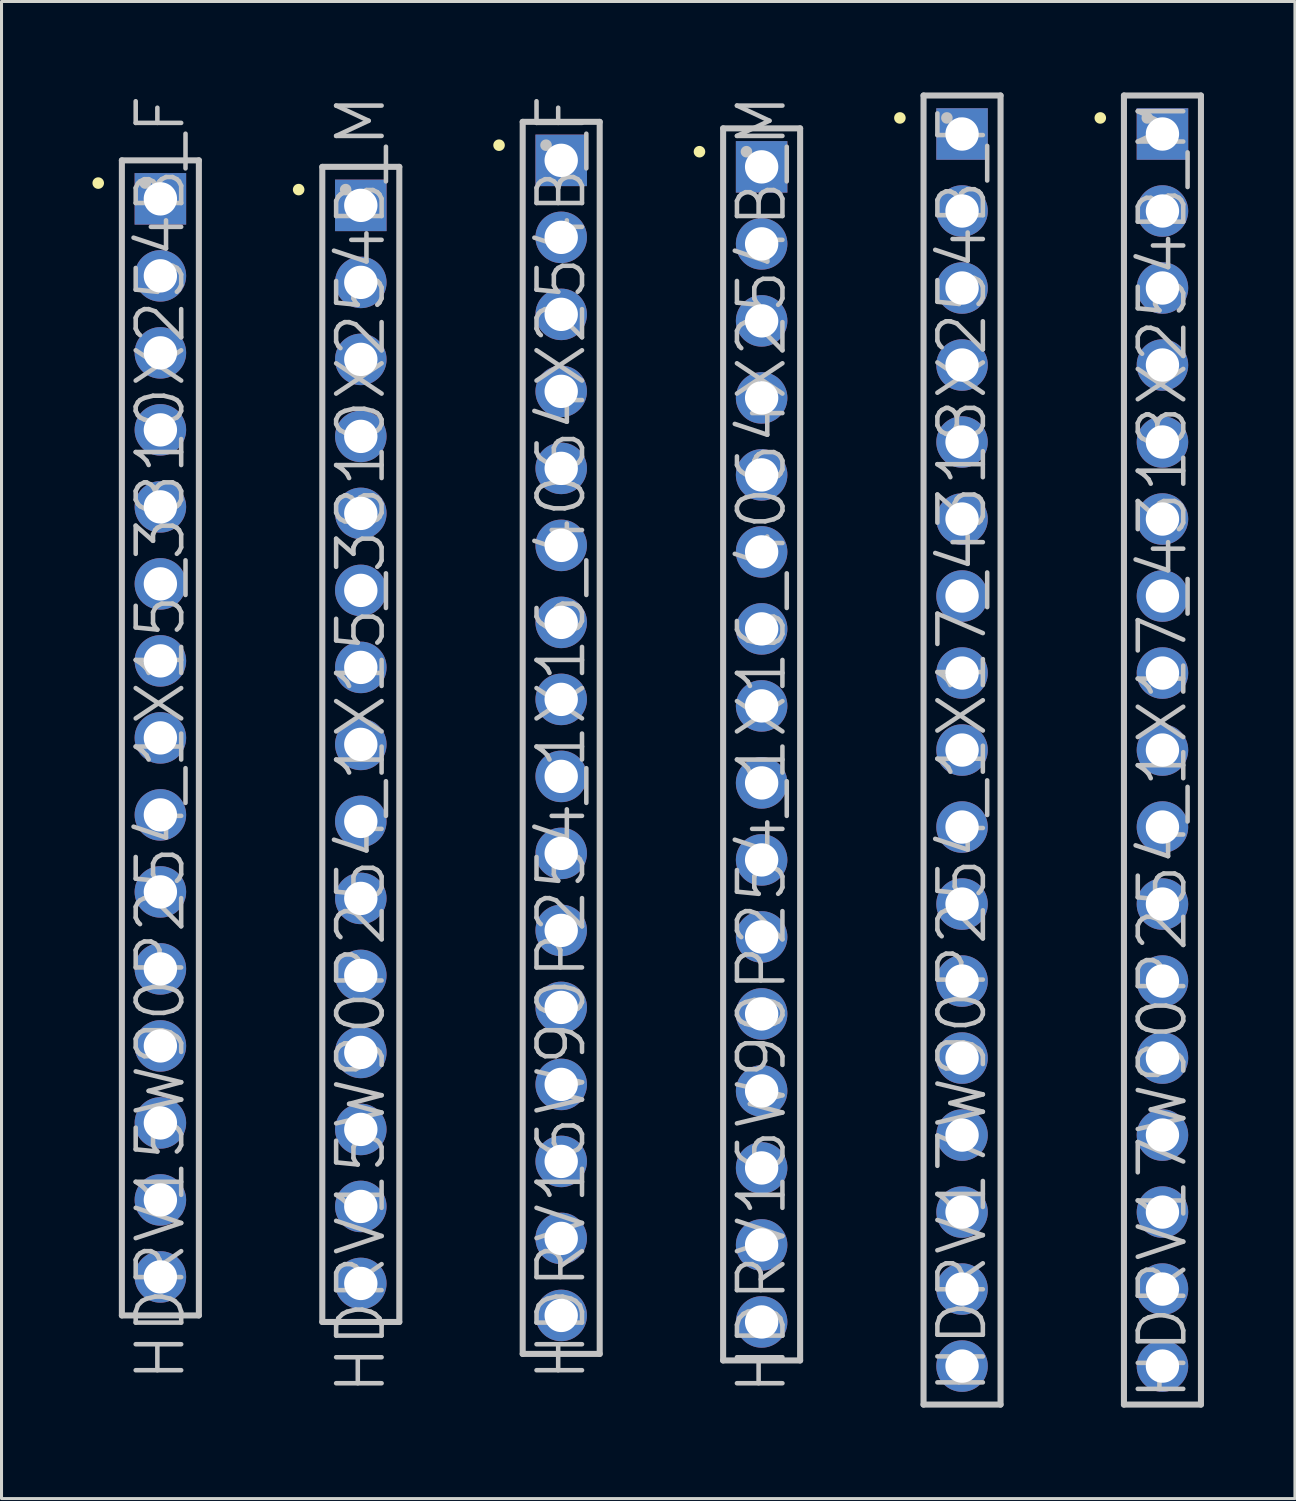
<source format=kicad_pcb>
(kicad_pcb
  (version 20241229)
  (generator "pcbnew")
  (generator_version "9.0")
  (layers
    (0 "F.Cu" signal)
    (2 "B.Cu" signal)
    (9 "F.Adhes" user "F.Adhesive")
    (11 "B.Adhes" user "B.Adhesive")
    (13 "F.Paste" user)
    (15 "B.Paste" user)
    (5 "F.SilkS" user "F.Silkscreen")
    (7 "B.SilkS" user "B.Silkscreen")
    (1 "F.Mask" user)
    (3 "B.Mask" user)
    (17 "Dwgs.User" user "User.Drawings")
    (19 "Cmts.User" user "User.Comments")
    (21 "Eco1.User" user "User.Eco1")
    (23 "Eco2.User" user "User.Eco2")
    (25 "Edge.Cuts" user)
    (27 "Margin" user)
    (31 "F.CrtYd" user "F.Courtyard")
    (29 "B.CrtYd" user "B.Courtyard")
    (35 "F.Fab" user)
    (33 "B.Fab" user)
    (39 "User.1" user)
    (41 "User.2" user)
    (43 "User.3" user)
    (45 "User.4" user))
  (footprint "HDRV16W90P254_1X16_4064X254B_M"
    (layer "F.Cu")
    (at 22.072 21.504)
    (property "Reference" "HDRV16W90P254_1X16_4064X254B_M" (at 0 0 90) (layer "Dwgs.User") (effects (font (size 1.5 1.5) (thickness 0.15))))
    (attr through_hole)
    (fp_line (start -2.05 -19.55) (end -2.05 -19.55) (stroke (width 0.381) (type solid)) (layer "F.SilkS"))
    (fp_line (start -1.27 -20.32) (end -1.27 20.32) (stroke (width 0.2) (type solid)) (layer "Dwgs.User"))
    (fp_line (start -1.27 -20.32) (end 1.27 -20.32) (stroke (width 0.2) (type solid)) (layer "Dwgs.User"))
    (fp_line (start -1.27 20.32) (end 1.27 20.32) (stroke (width 0.2) (type solid)) (layer "Dwgs.User"))
    (fp_line (start -0.5 -19.55) (end -0.5 -19.55) (stroke (width 0.381) (type solid)) (layer "Dwgs.User"))
    (fp_line (start 1.27 -20.32) (end 1.27 20.32) (stroke (width 0.2) (type solid)) (layer "Dwgs.User"))
    (pad "1" thru_hole rect (at 0 -19.05) (size 1.7 1.7) (drill 1.1) (layers "*.Cu" "*.Mask"))
    (pad "2" thru_hole circle (at 0 -16.51 270) (size 1.7 1.7) (drill 1.1) (layers "*.Cu" "*.Mask"))
    (pad "3" thru_hole circle (at 0 -13.97 270) (size 1.7 1.7) (drill 1.1) (layers "*.Cu" "*.Mask"))
    (pad "4" thru_hole circle (at 0 -11.43 270) (size 1.7 1.7) (drill 1.1) (layers "*.Cu" "*.Mask"))
    (pad "5" thru_hole circle (at 0 -8.89 270) (size 1.7 1.7) (drill 1.1) (layers "*.Cu" "*.Mask"))
    (pad "6" thru_hole circle (at 0 -6.35 270) (size 1.7 1.7) (drill 1.1) (layers "*.Cu" "*.Mask"))
    (pad "7" thru_hole circle (at 0 -3.81 270) (size 1.7 1.7) (drill 1.1) (layers "*.Cu" "*.Mask"))
    (pad "8" thru_hole circle (at 0 -1.27 270) (size 1.7 1.7) (drill 1.1) (layers "*.Cu" "*.Mask"))
    (pad "9" thru_hole circle (at 0 1.27 270) (size 1.7 1.7) (drill 1.1) (layers "*.Cu" "*.Mask"))
    (pad "10" thru_hole circle (at 0 3.81 270) (size 1.7 1.7) (drill 1.1) (layers "*.Cu" "*.Mask"))
    (pad "11" thru_hole circle (at 0 6.35 270) (size 1.7 1.7) (drill 1.1) (layers "*.Cu" "*.Mask"))
    (pad "12" thru_hole circle (at 0 8.89 270) (size 1.7 1.7) (drill 1.1) (layers "*.Cu" "*.Mask"))
    (pad "13" thru_hole circle (at 0 11.43 270) (size 1.7 1.7) (drill 1.1) (layers "*.Cu" "*.Mask"))
    (pad "14" thru_hole circle (at 0 13.97 270) (size 1.7 1.7) (drill 1.1) (layers "*.Cu" "*.Mask"))
    (pad "15" thru_hole circle (at 0 16.51 270) (size 1.7 1.7) (drill 1.1) (layers "*.Cu" "*.Mask"))
    (pad "16" thru_hole circle (at 0 19.05 270) (size 1.7 1.7) (drill 1.1) (layers "*.Cu" "*.Mask")))
  (footprint "HDRV16W90P254_1X16_4064X254B_F"
    (layer "F.Cu")
    (at 15.461 21.289)
    (property "Reference" "HDRV16W90P254_1X16_4064X254B_F" (at 0 0 90) (layer "Dwgs.User") (effects (font (size 1.5 1.5) (thickness 0.15))))
    (attr through_hole)
    (fp_line (start -2.05 -19.55) (end -2.05 -19.55) (stroke (width 0.381) (type solid)) (layer "F.SilkS"))
    (fp_line (start -1.27 -20.32) (end -1.27 20.32) (stroke (width 0.2) (type solid)) (layer "Dwgs.User"))
    (fp_line (start -1.27 -20.32) (end 1.27 -20.32) (stroke (width 0.2) (type solid)) (layer "Dwgs.User"))
    (fp_line (start -1.27 20.32) (end 1.27 20.32) (stroke (width 0.2) (type solid)) (layer "Dwgs.User"))
    (fp_line (start -0.5 -19.55) (end -0.5 -19.55) (stroke (width 0.381) (type solid)) (layer "Dwgs.User"))
    (fp_line (start 1.27 -20.32) (end 1.27 20.32) (stroke (width 0.2) (type solid)) (layer "Dwgs.User"))
    (pad "1" thru_hole rect (at 0 -19.05) (size 1.7 1.7) (drill 1.1) (layers "*.Cu" "*.Mask"))
    (pad "2" thru_hole circle (at 0 -16.51 270) (size 1.7 1.7) (drill 1.1) (layers "*.Cu" "*.Mask"))
    (pad "3" thru_hole circle (at 0 -13.97 270) (size 1.7 1.7) (drill 1.1) (layers "*.Cu" "*.Mask"))
    (pad "4" thru_hole circle (at 0 -11.43 270) (size 1.7 1.7) (drill 1.1) (layers "*.Cu" "*.Mask"))
    (pad "5" thru_hole circle (at 0 -8.89 270) (size 1.7 1.7) (drill 1.1) (layers "*.Cu" "*.Mask"))
    (pad "6" thru_hole circle (at 0 -6.35 270) (size 1.7 1.7) (drill 1.1) (layers "*.Cu" "*.Mask"))
    (pad "7" thru_hole circle (at 0 -3.81 270) (size 1.7 1.7) (drill 1.1) (layers "*.Cu" "*.Mask"))
    (pad "8" thru_hole circle (at 0 -1.27 270) (size 1.7 1.7) (drill 1.1) (layers "*.Cu" "*.Mask"))
    (pad "9" thru_hole circle (at 0 1.27 270) (size 1.7 1.7) (drill 1.1) (layers "*.Cu" "*.Mask"))
    (pad "10" thru_hole circle (at 0 3.81 270) (size 1.7 1.7) (drill 1.1) (layers "*.Cu" "*.Mask"))
    (pad "11" thru_hole circle (at 0 6.35 270) (size 1.7 1.7) (drill 1.1) (layers "*.Cu" "*.Mask"))
    (pad "12" thru_hole circle (at 0 8.89 270) (size 1.7 1.7) (drill 1.1) (layers "*.Cu" "*.Mask"))
    (pad "13" thru_hole circle (at 0 11.43 270) (size 1.7 1.7) (drill 1.1) (layers "*.Cu" "*.Mask"))
    (pad "14" thru_hole circle (at 0 13.97 270) (size 1.7 1.7) (drill 1.1) (layers "*.Cu" "*.Mask"))
    (pad "15" thru_hole circle (at 0 16.51 270) (size 1.7 1.7) (drill 1.1) (layers "*.Cu" "*.Mask"))
    (pad "16" thru_hole circle (at 0 19.05 270) (size 1.7 1.7) (drill 1.1) (layers "*.Cu" "*.Mask")))
  (footprint "HDRV17W90P254_1X17_4318X254B_F"
    (layer "F.Cu")
    (at 28.683 21.69)
    (property "Reference" "HDRV17W90P254_1X17_4318X254B_F" (at 0 0 90) (layer "Dwgs.User") (effects (font (size 1.5 1.5) (thickness 0.15))))
    (attr through_hole)
    (fp_line (start -2.05 -20.85) (end -2.05 -20.85) (stroke (width 0.381) (type solid)) (layer "F.SilkS"))
    (fp_line (start -1.27 -21.59) (end -1.27 21.59) (stroke (width 0.2) (type solid)) (layer "Dwgs.User"))
    (fp_line (start -1.27 -21.59) (end 1.27 -21.59) (stroke (width 0.2) (type solid)) (layer "Dwgs.User"))
    (fp_line (start -1.27 21.59) (end 1.27 21.59) (stroke (width 0.2) (type solid)) (layer "Dwgs.User"))
    (fp_line (start -0.5 -20.85) (end -0.5 -20.85) (stroke (width 0.381) (type solid)) (layer "Dwgs.User"))
    (fp_line (start 1.27 -21.59) (end 1.27 21.59) (stroke (width 0.2) (type solid)) (layer "Dwgs.User"))
    (pad "1" thru_hole rect (at 0 -20.32) (size 1.7 1.7) (drill 1.1) (layers "*.Cu" "*.Mask"))
    (pad "2" thru_hole circle (at 0 -17.78 270) (size 1.7 1.7) (drill 1.1) (layers "*.Cu" "*.Mask"))
    (pad "3" thru_hole circle (at 0 -15.24 270) (size 1.7 1.7) (drill 1.1) (layers "*.Cu" "*.Mask"))
    (pad "4" thru_hole circle (at 0 -12.7 270) (size 1.7 1.7) (drill 1.1) (layers "*.Cu" "*.Mask"))
    (pad "5" thru_hole circle (at 0 -10.16 270) (size 1.7 1.7) (drill 1.1) (layers "*.Cu" "*.Mask"))
    (pad "6" thru_hole circle (at 0 -7.62 270) (size 1.7 1.7) (drill 1.1) (layers "*.Cu" "*.Mask"))
    (pad "7" thru_hole circle (at 0 -5.08 270) (size 1.7 1.7) (drill 1.1) (layers "*.Cu" "*.Mask"))
    (pad "8" thru_hole circle (at 0 -2.54 270) (size 1.7 1.7) (drill 1.1) (layers "*.Cu" "*.Mask"))
    (pad "9" thru_hole circle (at 0 0 270) (size 1.7 1.7) (drill 1.1) (layers "*.Cu" "*.Mask"))
    (pad "10" thru_hole circle (at 0 2.54 270) (size 1.7 1.7) (drill 1.1) (layers "*.Cu" "*.Mask"))
    (pad "11" thru_hole circle (at 0 5.08 270) (size 1.7 1.7) (drill 1.1) (layers "*.Cu" "*.Mask"))
    (pad "12" thru_hole circle (at 0 7.62 270) (size 1.7 1.7) (drill 1.1) (layers "*.Cu" "*.Mask"))
    (pad "13" thru_hole circle (at 0 10.16 270) (size 1.7 1.7) (drill 1.1) (layers "*.Cu" "*.Mask"))
    (pad "14" thru_hole circle (at 0 12.7 270) (size 1.7 1.7) (drill 1.1) (layers "*.Cu" "*.Mask"))
    (pad "15" thru_hole circle (at 0 15.24 270) (size 1.7 1.7) (drill 1.1) (layers "*.Cu" "*.Mask"))
    (pad "16" thru_hole circle (at 0 17.78 270) (size 1.7 1.7) (drill 1.1) (layers "*.Cu" "*.Mask"))
    (pad "17" thru_hole circle (at 0 20.32 270) (size 1.7 1.7) (drill 1.1) (layers "*.Cu" "*.Mask")))
  (footprint "HDRV17W90P254_1X17_4318X254B_M"
    (layer "F.Cu")
    (at 35.293 21.69)
    (property "Reference" "HDRV17W90P254_1X17_4318X254B_M" (at 0 0 90) (layer "Dwgs.User") (effects (font (size 1.5 1.5) (thickness 0.15))))
    (attr through_hole)
    (fp_line (start -2.05 -20.85) (end -2.05 -20.85) (stroke (width 0.381) (type solid)) (layer "F.SilkS"))
    (fp_line (start -1.27 -21.59) (end -1.27 21.59) (stroke (width 0.2) (type solid)) (layer "Dwgs.User"))
    (fp_line (start -1.27 -21.59) (end 1.27 -21.59) (stroke (width 0.2) (type solid)) (layer "Dwgs.User"))
    (fp_line (start -1.27 21.59) (end 1.27 21.59) (stroke (width 0.2) (type solid)) (layer "Dwgs.User"))
    (fp_line (start -0.5 -20.85) (end -0.5 -20.85) (stroke (width 0.381) (type solid)) (layer "Dwgs.User"))
    (fp_line (start 1.27 -21.59) (end 1.27 21.59) (stroke (width 0.2) (type solid)) (layer "Dwgs.User"))
    (pad "1" thru_hole rect (at 0 -20.32) (size 1.7 1.7) (drill 1.1) (layers "*.Cu" "*.Mask"))
    (pad "2" thru_hole circle (at 0 -17.78 270) (size 1.7 1.7) (drill 1.1) (layers "*.Cu" "*.Mask"))
    (pad "3" thru_hole circle (at 0 -15.24 270) (size 1.7 1.7) (drill 1.1) (layers "*.Cu" "*.Mask"))
    (pad "4" thru_hole circle (at 0 -12.7 270) (size 1.7 1.7) (drill 1.1) (layers "*.Cu" "*.Mask"))
    (pad "5" thru_hole circle (at 0 -10.16 270) (size 1.7 1.7) (drill 1.1) (layers "*.Cu" "*.Mask"))
    (pad "6" thru_hole circle (at 0 -7.62 270) (size 1.7 1.7) (drill 1.1) (layers "*.Cu" "*.Mask"))
    (pad "7" thru_hole circle (at 0 -5.08 270) (size 1.7 1.7) (drill 1.1) (layers "*.Cu" "*.Mask"))
    (pad "8" thru_hole circle (at 0 -2.54 270) (size 1.7 1.7) (drill 1.1) (layers "*.Cu" "*.Mask"))
    (pad "9" thru_hole circle (at 0 0 270) (size 1.7 1.7) (drill 1.1) (layers "*.Cu" "*.Mask"))
    (pad "10" thru_hole circle (at 0 2.54 270) (size 1.7 1.7) (drill 1.1) (layers "*.Cu" "*.Mask"))
    (pad "11" thru_hole circle (at 0 5.08 270) (size 1.7 1.7) (drill 1.1) (layers "*.Cu" "*.Mask"))
    (pad "12" thru_hole circle (at 0 7.62 270) (size 1.7 1.7) (drill 1.1) (layers "*.Cu" "*.Mask"))
    (pad "13" thru_hole circle (at 0 10.16 270) (size 1.7 1.7) (drill 1.1) (layers "*.Cu" "*.Mask"))
    (pad "14" thru_hole circle (at 0 12.7 270) (size 1.7 1.7) (drill 1.1) (layers "*.Cu" "*.Mask"))
    (pad "15" thru_hole circle (at 0 15.24 270) (size 1.7 1.7) (drill 1.1) (layers "*.Cu" "*.Mask"))
    (pad "16" thru_hole circle (at 0 17.78 270) (size 1.7 1.7) (drill 1.1) (layers "*.Cu" "*.Mask"))
    (pad "17" thru_hole circle (at 0 20.32 270) (size 1.7 1.7) (drill 1.1) (layers "*.Cu" "*.Mask")))
  (footprint "HDRV15W90P254_1X15_3810X254B_M"
    (layer "F.Cu")
    (at 8.851 21.504)
    (property "Reference" "HDRV15W90P254_1X15_3810X254B_M" (at 0 0 90) (layer "Dwgs.User") (effects (font (size 1.5 1.5) (thickness 0.15))))
    (attr through_hole)
    (fp_line (start -2.05 -18.3) (end -2.05 -18.3) (stroke (width 0.381) (type solid)) (layer "F.SilkS"))
    (fp_line (start -1.27 -19.05) (end -1.27 19.05) (stroke (width 0.2) (type solid)) (layer "Dwgs.User"))
    (fp_line (start -1.27 -19.05) (end 1.27 -19.05) (stroke (width 0.2) (type solid)) (layer "Dwgs.User"))
    (fp_line (start -1.27 19.05) (end 1.27 19.05) (stroke (width 0.2) (type solid)) (layer "Dwgs.User"))
    (fp_line (start -0.5 -18.3) (end -0.5 -18.3) (stroke (width 0.381) (type solid)) (layer "Dwgs.User"))
    (fp_line (start 1.27 -19.05) (end 1.27 19.05) (stroke (width 0.2) (type solid)) (layer "Dwgs.User"))
    (pad "1" thru_hole rect (at 0 -17.78) (size 1.7 1.7) (drill 1.1) (layers "*.Cu" "*.Mask"))
    (pad "2" thru_hole circle (at 0 -15.24 270) (size 1.7 1.7) (drill 1.1) (layers "*.Cu" "*.Mask"))
    (pad "3" thru_hole circle (at 0 -12.7 270) (size 1.7 1.7) (drill 1.1) (layers "*.Cu" "*.Mask"))
    (pad "4" thru_hole circle (at 0 -10.16 270) (size 1.7 1.7) (drill 1.1) (layers "*.Cu" "*.Mask"))
    (pad "5" thru_hole circle (at 0 -7.62 270) (size 1.7 1.7) (drill 1.1) (layers "*.Cu" "*.Mask"))
    (pad "6" thru_hole circle (at 0 -5.08 270) (size 1.7 1.7) (drill 1.1) (layers "*.Cu" "*.Mask"))
    (pad "7" thru_hole circle (at 0 -2.54 270) (size 1.7 1.7) (drill 1.1) (layers "*.Cu" "*.Mask"))
    (pad "8" thru_hole circle (at 0 0 270) (size 1.7 1.7) (drill 1.1) (layers "*.Cu" "*.Mask"))
    (pad "9" thru_hole circle (at 0 2.54 270) (size 1.7 1.7) (drill 1.1) (layers "*.Cu" "*.Mask"))
    (pad "10" thru_hole circle (at 0 5.08 270) (size 1.7 1.7) (drill 1.1) (layers "*.Cu" "*.Mask"))
    (pad "11" thru_hole circle (at 0 7.62 270) (size 1.7 1.7) (drill 1.1) (layers "*.Cu" "*.Mask"))
    (pad "12" thru_hole circle (at 0 10.16 270) (size 1.7 1.7) (drill 1.1) (layers "*.Cu" "*.Mask"))
    (pad "13" thru_hole circle (at 0 12.7 270) (size 1.7 1.7) (drill 1.1) (layers "*.Cu" "*.Mask"))
    (pad "14" thru_hole circle (at 0 15.24 270) (size 1.7 1.7) (drill 1.1) (layers "*.Cu" "*.Mask"))
    (pad "15" thru_hole circle (at 0 17.78 270) (size 1.7 1.7) (drill 1.1) (layers "*.Cu" "*.Mask")))
  (footprint "HDRV15W90P254_1X15_3810X254B_F"
    (layer "F.Cu")
    (at 2.24 21.289)
    (property "Reference" "HDRV15W90P254_1X15_3810X254B_F" (at 0 0 90) (layer "Dwgs.User") (effects (font (size 1.5 1.5) (thickness 0.15))))
    (attr through_hole)
    (fp_line (start -2.05 -18.3) (end -2.05 -18.3) (stroke (width 0.381) (type solid)) (layer "F.SilkS"))
    (fp_line (start -1.27 -19.05) (end -1.27 19.05) (stroke (width 0.2) (type solid)) (layer "Dwgs.User"))
    (fp_line (start -1.27 -19.05) (end 1.27 -19.05) (stroke (width 0.2) (type solid)) (layer "Dwgs.User"))
    (fp_line (start -1.27 19.05) (end 1.27 19.05) (stroke (width 0.2) (type solid)) (layer "Dwgs.User"))
    (fp_line (start -0.5 -18.3) (end -0.5 -18.3) (stroke (width 0.381) (type solid)) (layer "Dwgs.User"))
    (fp_line (start 1.27 -19.05) (end 1.27 19.05) (stroke (width 0.2) (type solid)) (layer "Dwgs.User"))
    (pad "1" thru_hole rect (at 0 -17.78) (size 1.7 1.7) (drill 1.1) (layers "*.Cu" "*.Mask"))
    (pad "2" thru_hole circle (at 0 -15.24 270) (size 1.7 1.7) (drill 1.1) (layers "*.Cu" "*.Mask"))
    (pad "3" thru_hole circle (at 0 -12.7 270) (size 1.7 1.7) (drill 1.1) (layers "*.Cu" "*.Mask"))
    (pad "4" thru_hole circle (at 0 -10.16 270) (size 1.7 1.7) (drill 1.1) (layers "*.Cu" "*.Mask"))
    (pad "5" thru_hole circle (at 0 -7.62 270) (size 1.7 1.7) (drill 1.1) (layers "*.Cu" "*.Mask"))
    (pad "6" thru_hole circle (at 0 -5.08 270) (size 1.7 1.7) (drill 1.1) (layers "*.Cu" "*.Mask"))
    (pad "7" thru_hole circle (at 0 -2.54 270) (size 1.7 1.7) (drill 1.1) (layers "*.Cu" "*.Mask"))
    (pad "8" thru_hole circle (at 0 0 270) (size 1.7 1.7) (drill 1.1) (layers "*.Cu" "*.Mask"))
    (pad "9" thru_hole circle (at 0 2.54 270) (size 1.7 1.7) (drill 1.1) (layers "*.Cu" "*.Mask"))
    (pad "10" thru_hole circle (at 0 5.08 270) (size 1.7 1.7) (drill 1.1) (layers "*.Cu" "*.Mask"))
    (pad "11" thru_hole circle (at 0 7.62 270) (size 1.7 1.7) (drill 1.1) (layers "*.Cu" "*.Mask"))
    (pad "12" thru_hole circle (at 0 10.16 270) (size 1.7 1.7) (drill 1.1) (layers "*.Cu" "*.Mask"))
    (pad "13" thru_hole circle (at 0 12.7 270) (size 1.7 1.7) (drill 1.1) (layers "*.Cu" "*.Mask"))
    (pad "14" thru_hole circle (at 0 15.24 270) (size 1.7 1.7) (drill 1.1) (layers "*.Cu" "*.Mask"))
    (pad "15" thru_hole circle (at 0 17.78 270) (size 1.7 1.7) (drill 1.1) (layers "*.Cu" "*.Mask")))
  (gr_rect
    (start -3 -3)
    (end 39.663 46.38)
    (stroke (width 0.1) (type default))
    (fill no)
    (layer "Edge.Cuts")))
</source>
